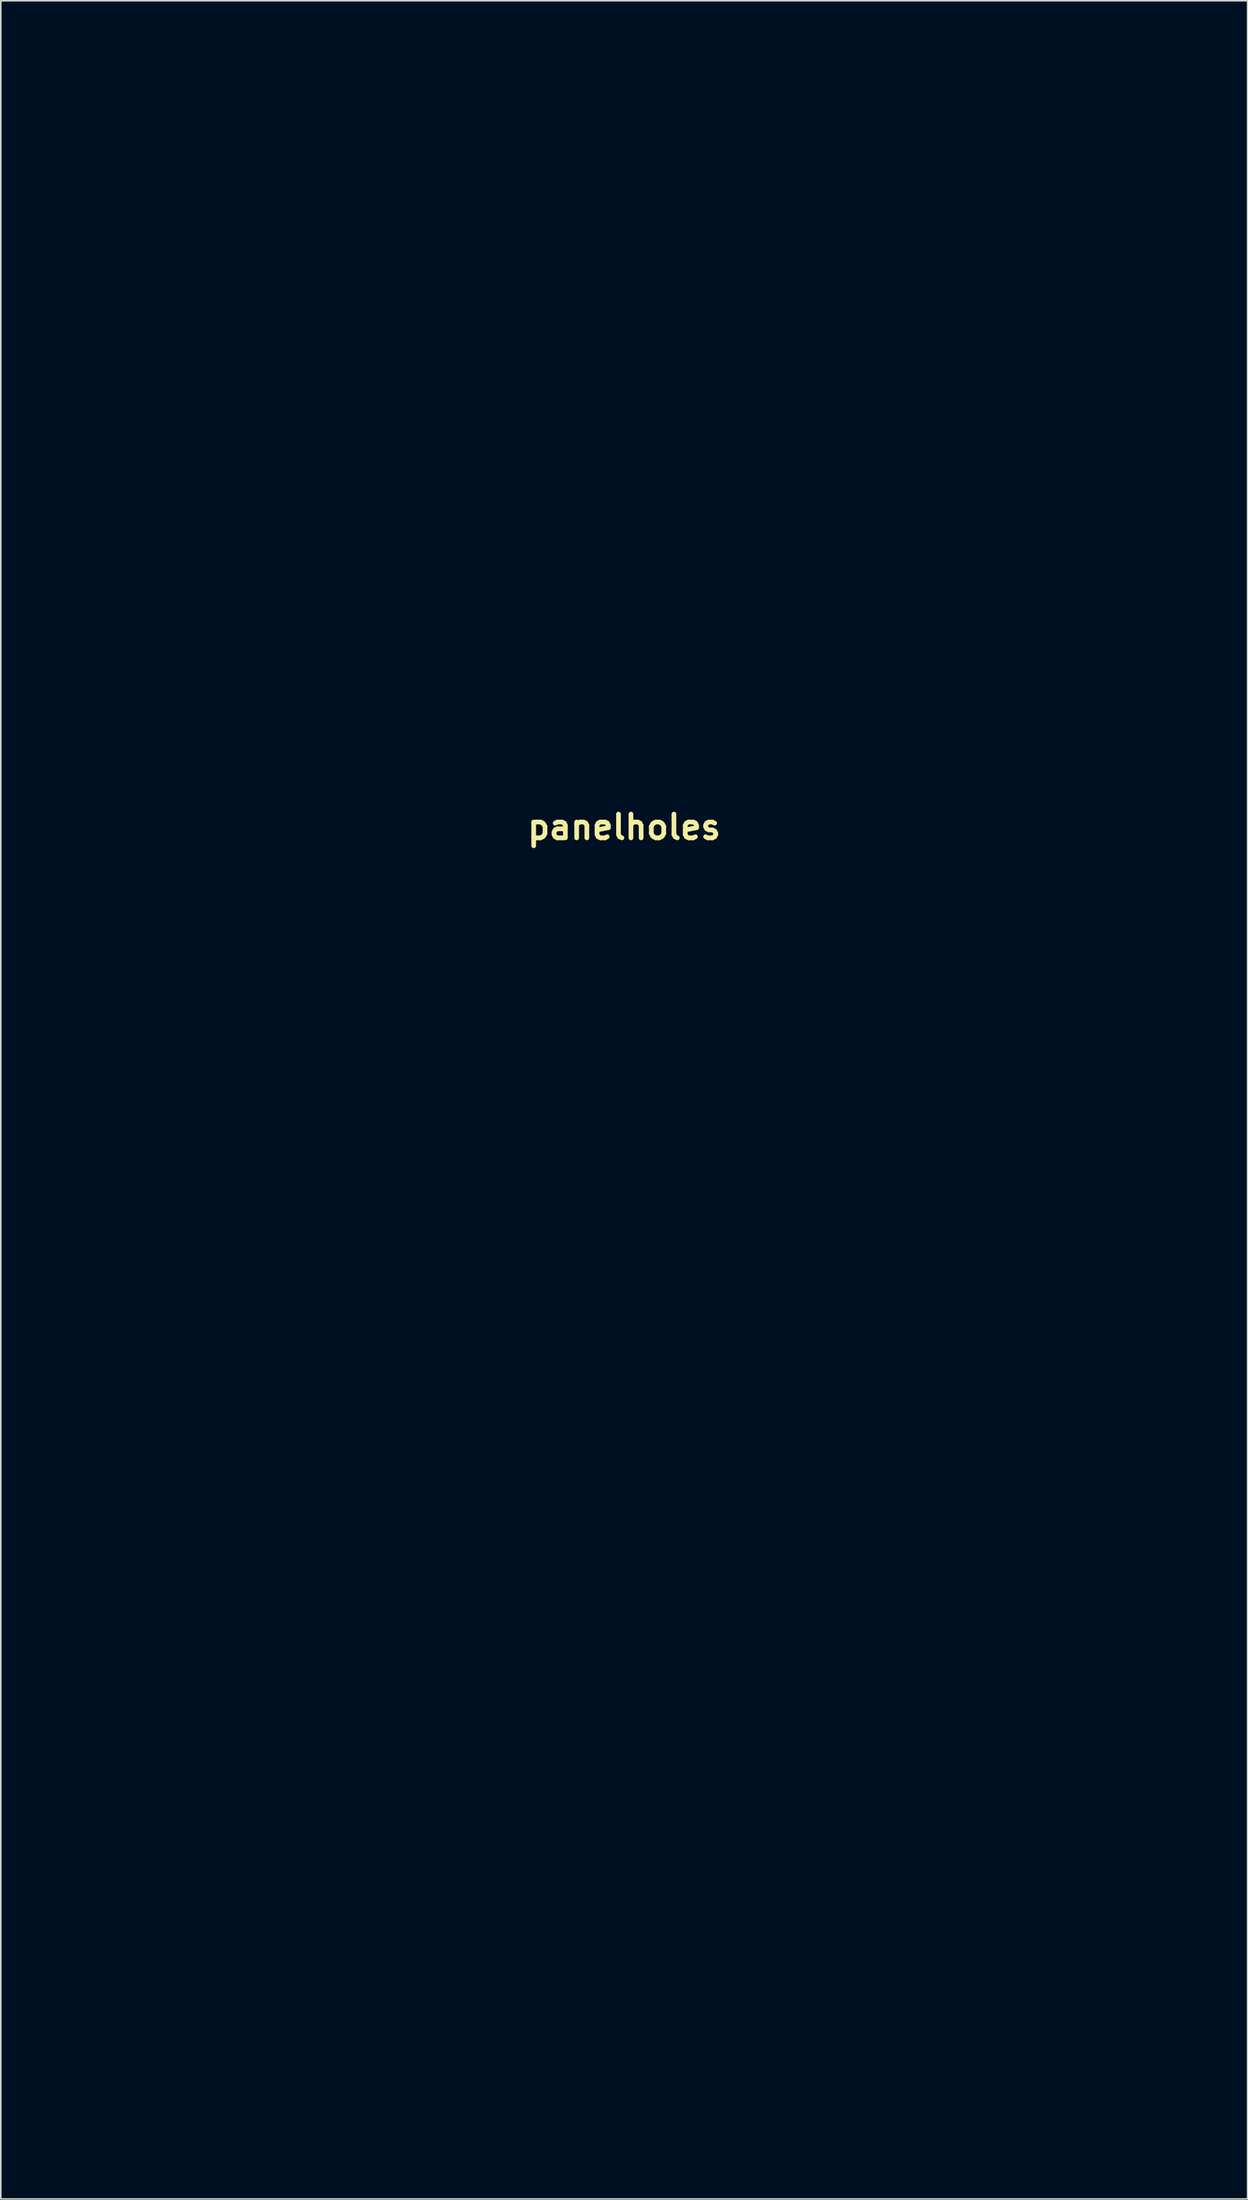
<source format=kicad_pcb>
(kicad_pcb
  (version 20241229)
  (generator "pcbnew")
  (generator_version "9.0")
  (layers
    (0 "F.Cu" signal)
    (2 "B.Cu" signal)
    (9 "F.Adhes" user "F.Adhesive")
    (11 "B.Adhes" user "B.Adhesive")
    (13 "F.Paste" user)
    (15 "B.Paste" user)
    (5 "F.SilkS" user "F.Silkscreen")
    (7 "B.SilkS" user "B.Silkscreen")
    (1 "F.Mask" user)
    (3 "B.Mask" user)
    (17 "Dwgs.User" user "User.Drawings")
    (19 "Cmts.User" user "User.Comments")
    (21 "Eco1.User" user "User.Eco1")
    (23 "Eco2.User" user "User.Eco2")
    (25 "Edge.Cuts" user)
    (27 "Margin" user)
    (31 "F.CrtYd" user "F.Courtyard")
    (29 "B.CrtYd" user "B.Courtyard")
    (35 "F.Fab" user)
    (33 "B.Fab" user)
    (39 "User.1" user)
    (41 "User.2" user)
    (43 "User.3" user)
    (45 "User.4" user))
  (footprint "panelholes"
    (layer "F.Cu")
    (at 37.004 50.009)
    (property "Reference" "panelholes" (at 0 0 0) (layer "F.SilkS") (effects (font (size 1.524 1.524) (thickness 0.3))))
    (attr through_hole)
    (fp_poly (pts (xy 0.752 -49.94) (xy 1.469 -49.756) (xy 2.139 -49.46) (xy 2.748 -49.061) (xy 3.287 -48.57) (xy 3.743 -47.994) (xy 4.104 -47.344) (xy 4.358 -46.628) (xy 4.368 -46.592) (xy 4.487 -45.864) (xy 4.482 -45.128) (xy 4.357 -44.403) (xy 4.116 -43.707) (xy 3.766 -43.057) (xy 3.31 -42.472) (xy 3.211 -42.369) (xy 2.645 -41.869) (xy 2.053 -41.492) (xy 1.418 -41.232) (xy 0.723 -41.08) (xy 0.132 -41.033) (xy -0.265 -41.027) (xy -0.576 -41.041) (xy -0.845 -41.078) (xy -1.113 -41.141) (xy -1.835 -41.399) (xy -2.482 -41.757) (xy -3.049 -42.203) (xy -3.531 -42.724) (xy -3.922 -43.308) (xy -4.217 -43.943) (xy -4.41 -44.617) (xy -4.495 -45.317) (xy -4.468 -46.032) (xy -4.322 -46.749) (xy -4.052 -47.457) (xy -4.009 -47.545) (xy -3.616 -48.182) (xy -3.127 -48.738) (xy -2.555 -49.204) (xy -1.916 -49.572) (xy -1.223 -49.832) (xy -0.491 -49.977) (xy 0 -50.004) (xy 0.752 -49.94)) (stroke (width 0.01) (type solid)) (fill no) (layer "Eco2.User"))
    (fp_poly (pts (xy 0.752 0.066) (xy 1.469 0.25) (xy 2.139 0.546) (xy 2.748 0.945) (xy 3.287 1.436) (xy 3.743 2.012) (xy 4.104 2.662) (xy 4.358 3.378) (xy 4.368 3.415) (xy 4.487 4.143) (xy 4.482 4.878) (xy 4.357 5.603) (xy 4.116 6.299) (xy 3.766 6.949) (xy 3.31 7.534) (xy 3.211 7.637) (xy 2.645 8.138) (xy 2.053 8.514) (xy 1.418 8.774) (xy 0.723 8.926) (xy 0.132 8.974) (xy -0.265 8.979) (xy -0.576 8.965) (xy -0.845 8.928) (xy -1.113 8.866) (xy -1.835 8.607) (xy -2.482 8.249) (xy -3.049 7.804) (xy -3.531 7.283) (xy -3.922 6.699) (xy -4.217 6.063) (xy -4.41 5.389) (xy -4.495 4.689) (xy -4.468 3.974) (xy -4.322 3.257) (xy -4.052 2.549) (xy -4.009 2.461) (xy -3.616 1.824) (xy -3.127 1.268) (xy -2.555 0.802) (xy -1.916 0.434) (xy -1.223 0.174) (xy -0.491 0.03) (xy 0 0.002) (xy 0.752 0.066)) (stroke (width 0.01) (type solid)) (fill no) (layer "Eco2.User"))
    (fp_poly (pts (xy 0.811 25.504) (xy 1.546 25.689) (xy 2.231 25.995) (xy 2.858 26.418) (xy 3.075 26.604) (xy 3.604 27.174) (xy 4.02 27.802) (xy 4.319 28.478) (xy 4.499 29.188) (xy 4.559 29.921) (xy 4.496 30.665) (xy 4.307 31.407) (xy 4.086 31.947) (xy 3.946 32.22) (xy 3.8 32.453) (xy 3.621 32.68) (xy 3.384 32.937) (xy 3.215 33.107) (xy 2.72 33.552) (xy 2.229 33.89) (xy 1.708 34.14) (xy 1.224 34.298) (xy 0.89 34.363) (xy 0.481 34.409) (xy 0.044 34.432) (xy -0.371 34.431) (xy -0.716 34.403) (xy -0.772 34.394) (xy -1.456 34.207) (xy -2.113 33.904) (xy -2.724 33.501) (xy -3.268 33.013) (xy -3.724 32.456) (xy -4.033 31.927) (xy -4.317 31.196) (xy -4.471 30.452) (xy -4.494 29.701) (xy -4.385 28.95) (xy -4.147 28.205) (xy -4.016 27.914) (xy -3.682 27.359) (xy -3.247 26.837) (xy -2.74 26.379) (xy -2.192 26.014) (xy -2.051 25.941) (xy -1.517 25.705) (xy -1.026 25.551) (xy -0.531 25.467) (xy 0.021 25.441) (xy 0.033 25.441) (xy 0.811 25.504)) (stroke (width 0.01) (type solid)) (fill no) (layer "Eco2.User"))
    (fp_poly (pts (xy -24.985 -19.966) (xy -24.257 -19.824) (xy -23.579 -19.568) (xy -22.959 -19.211) (xy -22.408 -18.763) (xy -21.934 -18.237) (xy -21.546 -17.645) (xy -21.255 -16.999) (xy -21.068 -16.309) (xy -20.997 -15.589) (xy -21.036 -14.936) (xy -21.194 -14.193) (xy -21.457 -13.522) (xy -21.834 -12.906) (xy -22.325 -12.338) (xy -22.919 -11.831) (xy -23.567 -11.444) (xy -24.266 -11.178) (xy -25.014 -11.035) (xy -25.296 -11.014) (xy -25.579 -11.005) (xy -25.824 -11.004) (xy -25.991 -11.012) (xy -26.028 -11.017) (xy -26.167 -11.047) (xy -26.378 -11.09) (xy -26.524 -11.118) (xy -26.745 -11.179) (xy -27.036 -11.284) (xy -27.35 -11.414) (xy -27.512 -11.489) (xy -27.833 -11.653) (xy -28.091 -11.814) (xy -28.332 -12.004) (xy -28.6 -12.256) (xy -28.671 -12.327) (xy -29.17 -12.916) (xy -29.552 -13.555) (xy -29.82 -14.232) (xy -29.972 -14.932) (xy -30.009 -15.643) (xy -29.931 -16.351) (xy -29.737 -17.042) (xy -29.429 -17.704) (xy -29.006 -18.323) (xy -28.636 -18.729) (xy -28.054 -19.208) (xy -27.405 -19.578) (xy -26.703 -19.834) (xy -25.961 -19.971) (xy -25.194 -19.984) (xy -24.985 -19.966)) (stroke (width 0.01) (type solid)) (fill no) (layer "Eco2.User"))
    (fp_poly (pts (xy 25.021 -19.966) (xy 25.749 -19.824) (xy 26.427 -19.568) (xy 27.047 -19.211) (xy 27.599 -18.763) (xy 28.073 -18.237) (xy 28.46 -17.645) (xy 28.752 -16.999) (xy 28.938 -16.309) (xy 29.01 -15.589) (xy 28.97 -14.936) (xy 28.812 -14.193) (xy 28.549 -13.522) (xy 28.172 -12.906) (xy 27.681 -12.338) (xy 27.087 -11.831) (xy 26.439 -11.444) (xy 25.74 -11.178) (xy 24.992 -11.035) (xy 24.711 -11.014) (xy 24.427 -11.005) (xy 24.183 -11.004) (xy 24.016 -11.012) (xy 23.978 -11.017) (xy 23.84 -11.047) (xy 23.628 -11.09) (xy 23.482 -11.118) (xy 23.261 -11.179) (xy 22.97 -11.284) (xy 22.656 -11.414) (xy 22.494 -11.489) (xy 22.173 -11.653) (xy 21.915 -11.814) (xy 21.674 -12.004) (xy 21.406 -12.256) (xy 21.335 -12.327) (xy 20.837 -12.916) (xy 20.454 -13.555) (xy 20.187 -14.232) (xy 20.034 -14.932) (xy 19.998 -15.643) (xy 20.076 -16.351) (xy 20.269 -17.042) (xy 20.577 -17.704) (xy 21 -18.323) (xy 21.37 -18.729) (xy 21.952 -19.208) (xy 22.601 -19.578) (xy 23.304 -19.834) (xy 24.045 -19.971) (xy 24.812 -19.984) (xy 25.021 -19.966)) (stroke (width 0.01) (type solid)) (fill no) (layer "Eco2.User"))
    (fp_poly (pts (xy -29.145 48.063) (xy -28.246 48.232) (xy -27.362 48.524) (xy -26.743 48.811) (xy -25.931 49.307) (xy -25.207 49.898) (xy -24.576 50.574) (xy -24.043 51.325) (xy -23.616 52.142) (xy -23.299 53.014) (xy -23.098 53.932) (xy -23.02 54.886) (xy -23.019 55) (xy -23.083 55.963) (xy -23.271 56.89) (xy -23.579 57.774) (xy -24 58.604) (xy -24.529 59.37) (xy -25.161 60.064) (xy -25.89 60.676) (xy -26.508 61.082) (xy -27.279 61.462) (xy -28.121 61.746) (xy -29.006 61.929) (xy -29.909 62.005) (xy -30.758 61.974) (xy -31.531 61.843) (xy -32.323 61.609) (xy -33.093 61.287) (xy -33.801 60.894) (xy -33.994 60.765) (xy -34.574 60.302) (xy -35.132 59.748) (xy -35.642 59.135) (xy -36.076 58.496) (xy -36.38 57.922) (xy -36.707 57.046) (xy -36.913 56.138) (xy -36.999 55.213) (xy -36.966 54.287) (xy -36.814 53.374) (xy -36.544 52.491) (xy -36.158 51.653) (xy -36.072 51.501) (xy -35.54 50.717) (xy -34.923 50.026) (xy -34.231 49.431) (xy -33.476 48.935) (xy -32.669 48.542) (xy -31.822 48.255) (xy -30.944 48.078) (xy -30.048 48.012) (xy -29.145 48.063)) (stroke (width 0.01) (type solid)) (fill no) (layer "Eco2.User"))
    (fp_poly (pts (xy 24.886 25.026) (xy 25.624 25.153) (xy 26.352 25.402) (xy 26.591 25.514) (xy 27.076 25.812) (xy 27.55 26.209) (xy 27.982 26.671) (xy 28.339 27.165) (xy 28.497 27.451) (xy 28.739 28.003) (xy 28.894 28.515) (xy 28.974 29.035) (xy 28.993 29.501) (xy 28.965 30.063) (xy 28.872 30.578) (xy 28.703 31.093) (xy 28.498 31.552) (xy 28.142 32.138) (xy 27.678 32.675) (xy 27.126 33.143) (xy 26.507 33.527) (xy 25.863 33.801) (xy 25.498 33.89) (xy 25.049 33.95) (xy 24.562 33.978) (xy 24.082 33.973) (xy 23.657 33.932) (xy 23.493 33.902) (xy 23.236 33.827) (xy 22.919 33.712) (xy 22.598 33.576) (xy 22.501 33.531) (xy 22.224 33.389) (xy 21.992 33.244) (xy 21.768 33.069) (xy 21.516 32.836) (xy 21.33 32.651) (xy 20.839 32.092) (xy 20.471 31.524) (xy 20.218 30.925) (xy 20.07 30.274) (xy 20.019 29.551) (xy 20.019 29.501) (xy 20.072 28.742) (xy 20.236 28.047) (xy 20.515 27.404) (xy 20.914 26.802) (xy 21.439 26.229) (xy 21.507 26.165) (xy 22.096 25.707) (xy 22.742 25.362) (xy 23.431 25.133) (xy 24.151 25.02) (xy 24.886 25.026)) (stroke (width 0.01) (type solid)) (fill no) (layer "Eco2.User"))
    (fp_poly (pts (xy -25.12 25.026) (xy -24.382 25.153) (xy -23.655 25.402) (xy -23.416 25.514) (xy -22.931 25.812) (xy -22.456 26.209) (xy -22.024 26.671) (xy -21.667 27.165) (xy -21.509 27.451) (xy -21.368 27.761) (xy -21.238 28.089) (xy -21.142 28.376) (xy -21.123 28.443) (xy -21.05 28.866) (xy -21.017 29.359) (xy -21.026 29.868) (xy -21.077 30.336) (xy -21.123 30.559) (xy -21.375 31.28) (xy -21.739 31.944) (xy -22.204 32.539) (xy -22.759 33.053) (xy -23.391 33.471) (xy -24.089 33.783) (xy -24.143 33.801) (xy -24.509 33.89) (xy -24.958 33.95) (xy -25.444 33.978) (xy -25.924 33.973) (xy -26.35 33.932) (xy -26.513 33.902) (xy -26.77 33.827) (xy -27.087 33.712) (xy -27.408 33.576) (xy -27.506 33.531) (xy -27.782 33.389) (xy -28.014 33.244) (xy -28.238 33.069) (xy -28.49 32.836) (xy -28.676 32.651) (xy -29.167 32.092) (xy -29.535 31.524) (xy -29.788 30.925) (xy -29.936 30.274) (xy -29.988 29.551) (xy -29.988 29.501) (xy -29.934 28.742) (xy -29.771 28.047) (xy -29.492 27.404) (xy -29.092 26.802) (xy -28.567 26.229) (xy -28.499 26.165) (xy -27.91 25.707) (xy -27.264 25.362) (xy -26.575 25.133) (xy -25.856 25.02) (xy -25.12 25.026)) (stroke (width 0.01) (type solid)) (fill no) (layer "Eco2.User"))
    (fp_poly (pts (xy -29.315 71.047) (xy -28.823 71.099) (xy -28.608 71.138) (xy -27.687 71.399) (xy -26.817 71.776) (xy -26.012 72.265) (xy -25.291 72.851) (xy -24.818 73.321) (xy -24.433 73.773) (xy -24.105 74.244) (xy -23.84 74.705) (xy -23.453 75.567) (xy -23.186 76.468) (xy -23.04 77.391) (xy -23.015 78.322) (xy -23.114 79.246) (xy -23.337 80.147) (xy -23.418 80.386) (xy -23.805 81.258) (xy -24.298 82.061) (xy -24.888 82.784) (xy -25.565 83.421) (xy -26.319 83.963) (xy -27.141 84.401) (xy -28.022 84.728) (xy -28.704 84.894) (xy -29.202 84.96) (xy -29.773 84.99) (xy -30.366 84.984) (xy -30.932 84.943) (xy -31.419 84.868) (xy -32.343 84.605) (xy -33.209 84.229) (xy -34.007 83.747) (xy -34.73 83.169) (xy -35.37 82.503) (xy -35.917 81.756) (xy -36.365 80.938) (xy -36.704 80.057) (xy -36.879 79.375) (xy -36.949 78.896) (xy -36.986 78.343) (xy -36.989 77.763) (xy -36.959 77.205) (xy -36.895 76.716) (xy -36.878 76.63) (xy -36.616 75.702) (xy -36.241 74.833) (xy -35.759 74.031) (xy -35.179 73.304) (xy -34.51 72.66) (xy -33.759 72.108) (xy -32.935 71.655) (xy -32.045 71.31) (xy -31.386 71.137) (xy -30.946 71.069) (xy -30.423 71.032) (xy -29.864 71.025) (xy -29.315 71.047)) (stroke (width 0.01) (type solid)) (fill no) (layer "Eco2.User"))
    (fp_poly (pts (xy 11.071 71.088) (xy 11.975 71.292) (xy 12.535 71.486) (xy 13.394 71.894) (xy 14.186 72.408) (xy 14.899 73.016) (xy 15.524 73.71) (xy 16.05 74.477) (xy 16.467 75.309) (xy 16.532 75.472) (xy 16.789 76.275) (xy 16.938 77.083) (xy 16.984 77.935) (xy 16.978 78.251) (xy 16.943 78.791) (xy 16.886 79.275) (xy 16.812 79.666) (xy 16.81 79.673) (xy 16.518 80.578) (xy 16.112 81.425) (xy 15.6 82.205) (xy 14.992 82.909) (xy 14.294 83.529) (xy 13.516 84.055) (xy 12.667 84.481) (xy 11.753 84.797) (xy 11.741 84.8) (xy 11.308 84.889) (xy 10.787 84.948) (xy 10.219 84.979) (xy 9.646 84.979) (xy 9.108 84.947) (xy 8.648 84.884) (xy 8.587 84.871) (xy 7.686 84.619) (xy 6.861 84.269) (xy 6.096 83.812) (xy 5.376 83.239) (xy 4.884 82.757) (xy 4.282 82.028) (xy 3.792 81.235) (xy 3.417 80.389) (xy 3.159 79.502) (xy 3.022 78.584) (xy 3.007 77.645) (xy 3.118 76.698) (xy 3.245 76.134) (xy 3.399 75.67) (xy 3.623 75.151) (xy 3.894 74.62) (xy 4.191 74.118) (xy 4.493 73.688) (xy 4.527 73.645) (xy 5.166 72.948) (xy 5.881 72.352) (xy 6.658 71.861) (xy 7.487 71.478) (xy 8.354 71.205) (xy 9.249 71.047) (xy 10.159 71.007) (xy 11.071 71.088)) (stroke (width 0.01) (type solid)) (fill no) (layer "Eco2.User"))
    (fp_poly (pts (xy 31.008 71.079) (xy 31.924 71.273) (xy 32.818 71.591) (xy 32.919 71.636) (xy 33.474 71.929) (xy 34.046 72.304) (xy 34.589 72.729) (xy 34.953 73.063) (xy 35.577 73.778) (xy 36.09 74.553) (xy 36.49 75.378) (xy 36.775 76.241) (xy 36.946 77.13) (xy 37 78.034) (xy 36.936 78.942) (xy 36.755 79.843) (xy 36.453 80.724) (xy 36.031 81.575) (xy 35.808 81.935) (xy 35.308 82.583) (xy 34.704 83.187) (xy 34.018 83.729) (xy 33.276 84.19) (xy 32.502 84.551) (xy 32.253 84.642) (xy 31.52 84.839) (xy 30.724 84.958) (xy 29.911 84.998) (xy 29.121 84.956) (xy 28.575 84.869) (xy 27.657 84.608) (xy 26.797 84.233) (xy 26.003 83.752) (xy 25.283 83.173) (xy 24.645 82.506) (xy 24.099 81.757) (xy 23.651 80.935) (xy 23.311 80.05) (xy 23.137 79.375) (xy 23.06 78.845) (xy 23.026 78.238) (xy 23.035 77.602) (xy 23.084 76.984) (xy 23.174 76.429) (xy 23.212 76.266) (xy 23.365 75.785) (xy 23.578 75.254) (xy 23.83 74.724) (xy 24.096 74.247) (xy 24.187 74.103) (xy 24.428 73.778) (xy 24.742 73.411) (xy 25.093 73.041) (xy 25.446 72.703) (xy 25.738 72.458) (xy 26.525 71.933) (xy 27.366 71.524) (xy 28.247 71.232) (xy 29.157 71.06) (xy 30.081 71.009) (xy 31.008 71.079)) (stroke (width 0.01) (type solid)) (fill no) (layer "Eco2.User"))
    (fp_poly (pts (xy 10.47 48.036) (xy 11 48.077) (xy 11.269 48.117) (xy 12.197 48.357) (xy 13.068 48.712) (xy 13.875 49.175) (xy 14.61 49.738) (xy 15.264 50.393) (xy 15.829 51.132) (xy 16.297 51.949) (xy 16.66 52.834) (xy 16.821 53.38) (xy 16.878 53.63) (xy 16.917 53.874) (xy 16.943 54.144) (xy 16.956 54.473) (xy 16.96 54.893) (xy 16.96 55.033) (xy 16.957 55.463) (xy 16.948 55.793) (xy 16.929 56.059) (xy 16.896 56.292) (xy 16.847 56.527) (xy 16.781 56.781) (xy 16.472 57.687) (xy 16.054 58.524) (xy 15.538 59.288) (xy 14.933 59.971) (xy 14.249 60.566) (xy 13.494 61.069) (xy 12.68 61.47) (xy 11.814 61.765) (xy 10.907 61.947) (xy 9.968 62.009) (xy 9.26 61.974) (xy 8.38 61.822) (xy 7.513 61.547) (xy 6.679 61.159) (xy 5.896 60.666) (xy 5.183 60.078) (xy 5.031 59.93) (xy 4.41 59.217) (xy 3.901 58.443) (xy 3.504 57.62) (xy 3.221 56.759) (xy 3.051 55.873) (xy 2.997 54.973) (xy 3.06 54.072) (xy 3.239 53.181) (xy 3.537 52.312) (xy 3.954 51.477) (xy 4.285 50.965) (xy 4.889 50.227) (xy 5.584 49.58) (xy 6.36 49.031) (xy 7.208 48.589) (xy 8.116 48.259) (xy 8.297 48.209) (xy 8.758 48.118) (xy 9.304 48.058) (xy 9.889 48.03) (xy 10.47 48.036)) (stroke (width 0.01) (type solid)) (fill no) (layer "Eco2.User"))
    (fp_poly (pts (xy -9.469 71.032) (xy -8.54 71.169) (xy -7.622 71.434) (xy -6.843 71.768) (xy -6.038 72.239) (xy -5.323 72.797) (xy -4.699 73.43) (xy -4.17 74.13) (xy -3.737 74.883) (xy -3.402 75.68) (xy -3.167 76.509) (xy -3.034 77.36) (xy -3.005 78.222) (xy -3.082 79.083) (xy -3.267 79.933) (xy -3.561 80.76) (xy -3.968 81.555) (xy -4.488 82.305) (xy -4.862 82.736) (xy -5.345 83.217) (xy -5.814 83.61) (xy -6.312 83.947) (xy -6.881 84.259) (xy -6.978 84.307) (xy -7.503 84.546) (xy -7.984 84.722) (xy -8.461 84.843) (xy -8.974 84.919) (xy -9.562 84.959) (xy -9.823 84.967) (xy -10.2 84.971) (xy -10.555 84.968) (xy -10.857 84.958) (xy -11.07 84.941) (xy -11.118 84.934) (xy -11.335 84.889) (xy -11.619 84.821) (xy -11.912 84.744) (xy -11.931 84.739) (xy -12.77 84.442) (xy -13.571 84.027) (xy -14.319 83.508) (xy -14.999 82.896) (xy -15.599 82.203) (xy -16.102 81.444) (xy -16.452 80.739) (xy -16.671 80.156) (xy -16.825 79.587) (xy -16.923 78.987) (xy -16.975 78.308) (xy -16.978 78.251) (xy -16.966 77.375) (xy -16.853 76.555) (xy -16.635 75.755) (xy -16.532 75.472) (xy -16.214 74.788) (xy -15.795 74.108) (xy -15.3 73.46) (xy -14.752 72.874) (xy -14.174 72.381) (xy -13.965 72.233) (xy -13.119 71.743) (xy -12.237 71.377) (xy -11.328 71.136) (xy -10.402 71.021) (xy -9.469 71.032)) (stroke (width 0.01) (type solid)) (fill no) (layer "Eco2.User"))
    (fp_poly (pts (xy -9.357 48.063) (xy -8.883 48.1) (xy -8.491 48.159) (xy -8.401 48.18) (xy -7.482 48.476) (xy -6.624 48.881) (xy -5.835 49.386) (xy -5.125 49.985) (xy -4.503 50.667) (xy -3.978 51.426) (xy -3.559 52.252) (xy -3.394 52.684) (xy -3.137 53.629) (xy -3.01 54.574) (xy -3.012 55.511) (xy -3.141 56.433) (xy -3.396 57.333) (xy -3.776 58.201) (xy -4.278 59.032) (xy -4.81 59.713) (xy -5.32 60.219) (xy -5.93 60.693) (xy -6.609 61.116) (xy -7.327 61.469) (xy -8.052 61.732) (xy -8.09 61.743) (xy -8.317 61.798) (xy -8.612 61.857) (xy -8.945 61.914) (xy -9.286 61.965) (xy -9.606 62.006) (xy -9.874 62.033) (xy -10.06 62.041) (xy -10.12 62.036) (xy -10.197 62.026) (xy -10.372 62.007) (xy -10.613 61.982) (xy -10.699 61.974) (xy -11.622 61.82) (xy -12.504 61.546) (xy -13.336 61.16) (xy -14.108 60.669) (xy -14.811 60.084) (xy -15.435 59.41) (xy -15.969 58.658) (xy -16.406 57.835) (xy -16.734 56.949) (xy -16.781 56.781) (xy -16.85 56.514) (xy -16.898 56.28) (xy -16.93 56.046) (xy -16.949 55.779) (xy -16.958 55.444) (xy -16.96 55.033) (xy -16.958 54.586) (xy -16.948 54.238) (xy -16.927 53.956) (xy -16.892 53.708) (xy -16.841 53.461) (xy -16.815 53.355) (xy -16.519 52.441) (xy -16.11 51.589) (xy -15.595 50.806) (xy -14.982 50.1) (xy -14.28 49.478) (xy -13.495 48.95) (xy -12.635 48.521) (xy -11.719 48.204) (xy -11.366 48.133) (xy -10.918 48.084) (xy -10.41 48.055) (xy -9.878 48.048) (xy -9.357 48.063)) (stroke (width 0.01) (type solid)) (fill no) (layer "Eco2.User")))
  (gr_rect
    (start -3 -3)
    (end 77.009 138.012)
    (stroke (width 0.1) (type default))
    (fill no)
    (layer "Edge.Cuts")))
</source>
